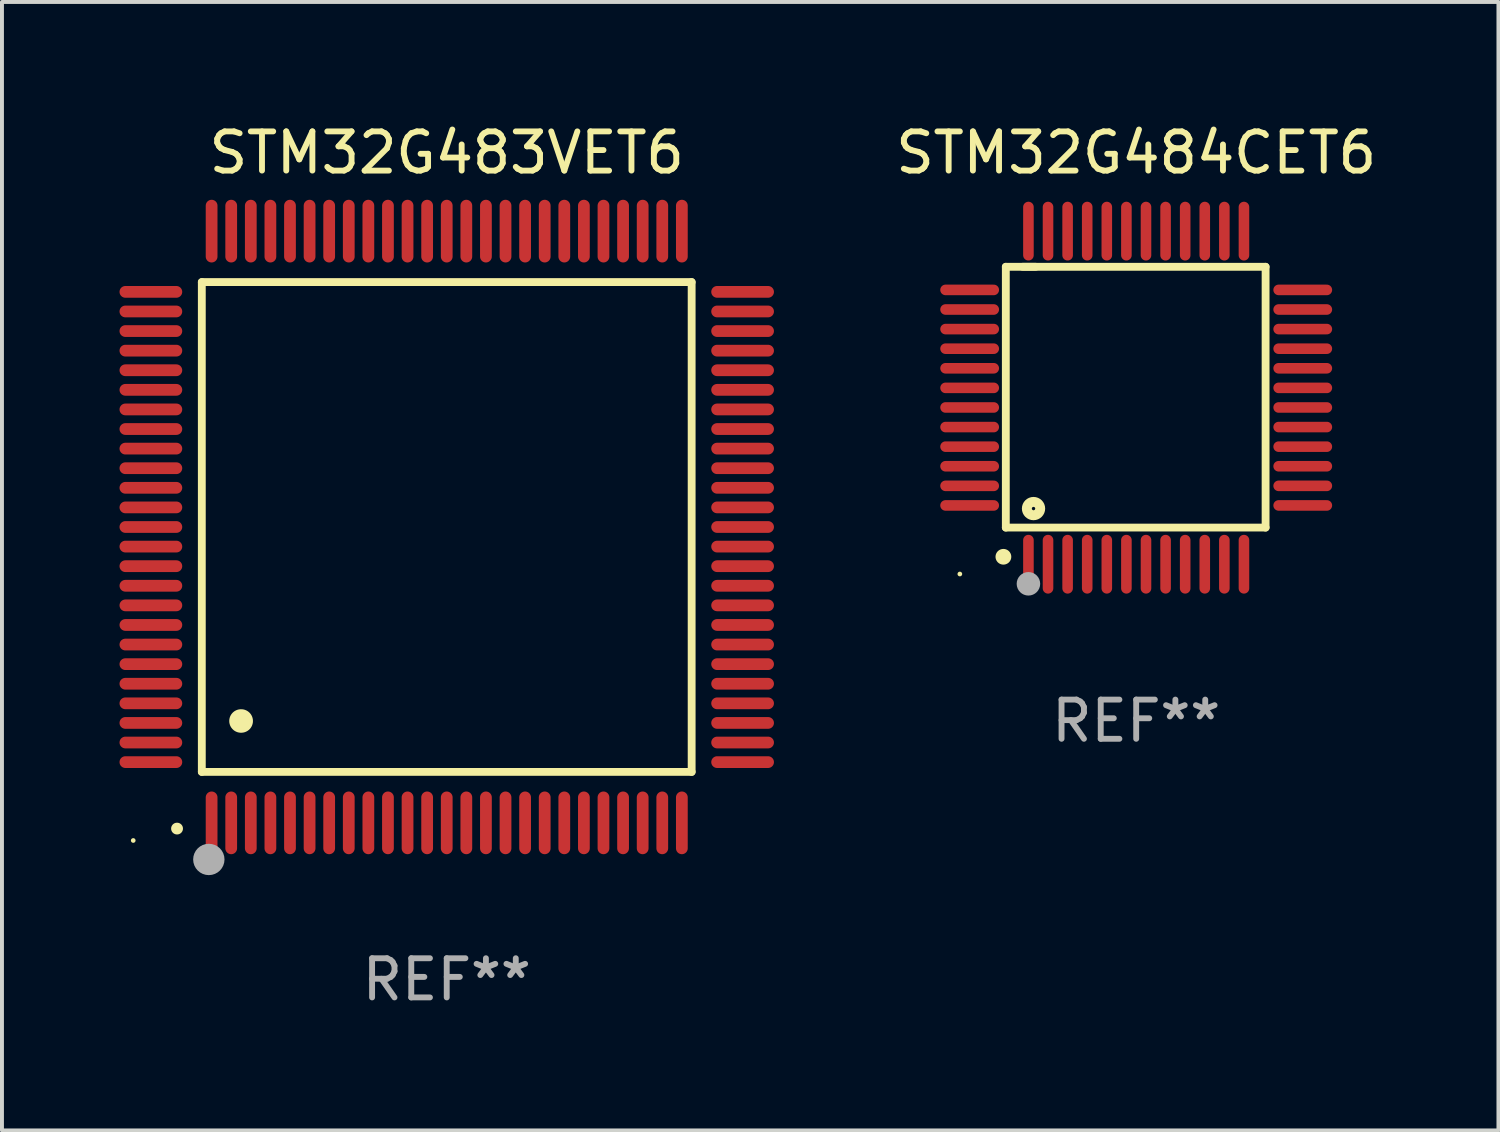
<source format=kicad_pcb>
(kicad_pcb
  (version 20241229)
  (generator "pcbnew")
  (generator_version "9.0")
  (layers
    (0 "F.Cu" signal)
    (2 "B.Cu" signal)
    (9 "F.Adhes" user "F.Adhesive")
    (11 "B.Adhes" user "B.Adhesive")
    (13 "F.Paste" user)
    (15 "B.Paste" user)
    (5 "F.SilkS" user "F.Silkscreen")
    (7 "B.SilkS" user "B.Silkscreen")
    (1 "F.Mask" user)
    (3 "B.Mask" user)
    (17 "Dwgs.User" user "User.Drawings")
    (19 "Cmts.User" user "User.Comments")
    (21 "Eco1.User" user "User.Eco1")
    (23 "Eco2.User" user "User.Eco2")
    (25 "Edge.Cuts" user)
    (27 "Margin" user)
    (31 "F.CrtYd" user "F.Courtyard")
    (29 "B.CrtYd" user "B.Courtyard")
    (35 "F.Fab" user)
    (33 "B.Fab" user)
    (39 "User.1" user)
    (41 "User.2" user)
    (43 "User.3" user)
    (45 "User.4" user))
  (footprint "STM32G484CET6"
    (layer "F.Cu")
    (at 25.944 7.098)
    (property "Reference" "STM32G484CET6" (at 0 -6.25 0) (layer "F.SilkS") (effects (font (size 1 1) (thickness 0.15))))
    (attr through_hole)
    (fp_line (start -3.327 -3.34) (end -2.565 -3.34) (stroke (width 0.2) (type solid)) (layer "F.SilkS"))
    (fp_line (start -3.327 3.315) (end -3.327 -3.34) (stroke (width 0.2) (type solid)) (layer "F.SilkS"))
    (fp_line (start -2.896 -3.34) (end 3.302 -3.34) (stroke (width 0.2) (type solid)) (layer "F.SilkS"))
    (fp_line (start 3.302 -3.34) (end 3.302 3.315) (stroke (width 0.2) (type solid)) (layer "F.SilkS"))
    (fp_line (start 3.302 3.315) (end -3.327 3.315) (stroke (width 0.2) (type solid)) (layer "F.SilkS"))
    (fp_arc (start -3.389992 4.059995) (mid -3.388722 4.059991) (end -3.387452 4.059995) (stroke (width 0.4) (type solid)) (layer "F.SilkS"))
    (fp_circle (center -4.5 4.5) (end -4.47 4.5) (stroke (width 0.06) (type solid)) (fill no) (layer "F.SilkS"))
    (fp_circle (center -2.62 2.83) (end -2.45 2.83) (stroke (width 0.254) (type solid)) (fill no) (layer "F.SilkS"))
    (fp_circle (center -2.75 4.75) (end -2.6 4.75) (stroke (width 0.3) (type solid)) (fill no) (layer "F.Fab"))
    (fp_text user "REF**" (at 0 8.25 0) (layer "F.Fab") (effects (font (size 1 1) (thickness 0.15))))
    (pad "1" smd oval (at -2.75 4.25) (size 0.27 1.5) (layers "F.Cu" "F.Mask" "F.Paste"))
    (pad "2" smd oval (at -2.25 4.25) (size 0.27 1.5) (layers "F.Cu" "F.Mask" "F.Paste"))
    (pad "3" smd oval (at -1.75 4.25) (size 0.27 1.5) (layers "F.Cu" "F.Mask" "F.Paste"))
    (pad "4" smd oval (at -1.25 4.25) (size 0.27 1.5) (layers "F.Cu" "F.Mask" "F.Paste"))
    (pad "5" smd oval (at -0.75 4.25) (size 0.27 1.5) (layers "F.Cu" "F.Mask" "F.Paste"))
    (pad "6" smd oval (at -0.25 4.25) (size 0.27 1.5) (layers "F.Cu" "F.Mask" "F.Paste"))
    (pad "7" smd oval (at 0.25 4.25) (size 0.27 1.5) (layers "F.Cu" "F.Mask" "F.Paste"))
    (pad "8" smd oval (at 0.75 4.25) (size 0.27 1.5) (layers "F.Cu" "F.Mask" "F.Paste"))
    (pad "9" smd oval (at 1.25 4.25) (size 0.27 1.5) (layers "F.Cu" "F.Mask" "F.Paste"))
    (pad "10" smd oval (at 1.75 4.25) (size 0.27 1.5) (layers "F.Cu" "F.Mask" "F.Paste"))
    (pad "11" smd oval (at 2.25 4.25) (size 0.27 1.5) (layers "F.Cu" "F.Mask" "F.Paste"))
    (pad "12" smd oval (at 2.75 4.25) (size 0.27 1.5) (layers "F.Cu" "F.Mask" "F.Paste"))
    (pad "13" smd oval (at 4.25 2.75) (size 1.5 0.27) (layers "F.Cu" "F.Mask" "F.Paste"))
    (pad "14" smd oval (at 4.25 2.25) (size 1.5 0.27) (layers "F.Cu" "F.Mask" "F.Paste"))
    (pad "15" smd oval (at 4.25 1.75) (size 1.5 0.27) (layers "F.Cu" "F.Mask" "F.Paste"))
    (pad "16" smd oval (at 4.25 1.25) (size 1.5 0.27) (layers "F.Cu" "F.Mask" "F.Paste"))
    (pad "17" smd oval (at 4.25 0.75) (size 1.5 0.27) (layers "F.Cu" "F.Mask" "F.Paste"))
    (pad "18" smd oval (at 4.25 0.25) (size 1.5 0.27) (layers "F.Cu" "F.Mask" "F.Paste"))
    (pad "19" smd oval (at 4.25 -0.25) (size 1.5 0.27) (layers "F.Cu" "F.Mask" "F.Paste"))
    (pad "20" smd oval (at 4.25 -0.75) (size 1.5 0.27) (layers "F.Cu" "F.Mask" "F.Paste"))
    (pad "21" smd oval (at 4.25 -1.25) (size 1.5 0.27) (layers "F.Cu" "F.Mask" "F.Paste"))
    (pad "22" smd oval (at 4.25 -1.75) (size 1.5 0.27) (layers "F.Cu" "F.Mask" "F.Paste"))
    (pad "23" smd oval (at 4.25 -2.25) (size 1.5 0.27) (layers "F.Cu" "F.Mask" "F.Paste"))
    (pad "24" smd oval (at 4.25 -2.75) (size 1.5 0.27) (layers "F.Cu" "F.Mask" "F.Paste"))
    (pad "25" smd oval (at 2.75 -4.25) (size 0.27 1.5) (layers "F.Cu" "F.Mask" "F.Paste"))
    (pad "26" smd oval (at 2.25 -4.25) (size 0.27 1.5) (layers "F.Cu" "F.Mask" "F.Paste"))
    (pad "27" smd oval (at 1.75 -4.25) (size 0.27 1.5) (layers "F.Cu" "F.Mask" "F.Paste"))
    (pad "28" smd oval (at 1.25 -4.25) (size 0.27 1.5) (layers "F.Cu" "F.Mask" "F.Paste"))
    (pad "29" smd oval (at 0.75 -4.25) (size 0.27 1.5) (layers "F.Cu" "F.Mask" "F.Paste"))
    (pad "30" smd oval (at 0.25 -4.25) (size 0.27 1.5) (layers "F.Cu" "F.Mask" "F.Paste"))
    (pad "31" smd oval (at -0.25 -4.25) (size 0.27 1.5) (layers "F.Cu" "F.Mask" "F.Paste"))
    (pad "32" smd oval (at -0.75 -4.25) (size 0.27 1.5) (layers "F.Cu" "F.Mask" "F.Paste"))
    (pad "33" smd oval (at -1.25 -4.25) (size 0.27 1.5) (layers "F.Cu" "F.Mask" "F.Paste"))
    (pad "34" smd oval (at -1.75 -4.25) (size 0.27 1.5) (layers "F.Cu" "F.Mask" "F.Paste"))
    (pad "35" smd oval (at -2.25 -4.25) (size 0.27 1.5) (layers "F.Cu" "F.Mask" "F.Paste"))
    (pad "36" smd oval (at -2.75 -4.25) (size 0.27 1.5) (layers "F.Cu" "F.Mask" "F.Paste"))
    (pad "37" smd oval (at -4.25 -2.75) (size 1.5 0.27) (layers "F.Cu" "F.Mask" "F.Paste"))
    (pad "38" smd oval (at -4.25 -2.25) (size 1.5 0.27) (layers "F.Cu" "F.Mask" "F.Paste"))
    (pad "39" smd oval (at -4.25 -1.75) (size 1.5 0.27) (layers "F.Cu" "F.Mask" "F.Paste"))
    (pad "40" smd oval (at -4.25 -1.25) (size 1.5 0.27) (layers "F.Cu" "F.Mask" "F.Paste"))
    (pad "41" smd oval (at -4.25 -0.75) (size 1.5 0.27) (layers "F.Cu" "F.Mask" "F.Paste"))
    (pad "42" smd oval (at -4.25 -0.25) (size 1.5 0.27) (layers "F.Cu" "F.Mask" "F.Paste"))
    (pad "43" smd oval (at -4.25 0.25) (size 1.5 0.27) (layers "F.Cu" "F.Mask" "F.Paste"))
    (pad "44" smd oval (at -4.25 0.75) (size 1.5 0.27) (layers "F.Cu" "F.Mask" "F.Paste"))
    (pad "45" smd oval (at -4.25 1.25) (size 1.5 0.27) (layers "F.Cu" "F.Mask" "F.Paste"))
    (pad "46" smd oval (at -4.25 1.75) (size 1.5 0.27) (layers "F.Cu" "F.Mask" "F.Paste"))
    (pad "47" smd oval (at -4.25 2.25) (size 1.5 0.27) (layers "F.Cu" "F.Mask" "F.Paste"))
    (pad "48" smd oval (at -4.25 2.75) (size 1.5 0.27) (layers "F.Cu" "F.Mask" "F.Paste")))
  (footprint "STM32G483VET6"
    (layer "F.Cu")
    (at 8.35 10.398)
    (property "Reference" "STM32G483VET6" (at 0 -9.55 0) (layer "F.SilkS") (effects (font (size 1 1) (thickness 0.15))))
    (attr through_hole)
    (fp_line (start -6.25 -6.25) (end -6.25 6.25) (stroke (width 0.2) (type solid)) (layer "F.SilkS"))
    (fp_line (start -6.25 6.25) (end 6.25 6.25) (stroke (width 0.2) (type solid)) (layer "F.SilkS"))
    (fp_line (start 6.25 -6.25) (end -6.25 -6.25) (stroke (width 0.2) (type solid)) (layer "F.SilkS"))
    (fp_line (start 6.25 6.25) (end 6.25 -6.25) (stroke (width 0.2) (type solid)) (layer "F.SilkS"))
    (fp_arc (start -6.883414 7.696215) (mid -6.882144 7.69621) (end -6.880874 7.696215) (stroke (width 0.3) (type solid)) (layer "F.SilkS"))
    (fp_arc (start -5.250191 4.95047) (mid -5.247651 4.950459) (end -5.245111 4.95047) (stroke (width 0.6) (type solid)) (layer "F.SilkS"))
    (fp_circle (center -8 8) (end -7.97 8) (stroke (width 0.06) (type solid)) (fill no) (layer "F.SilkS"))
    (fp_circle (center -6.071 8.484) (end -5.871 8.484) (stroke (width 0.4) (type solid)) (fill no) (layer "F.Fab"))
    (fp_text user "REF**" (at 0 11.55 0) (layer "F.Fab") (effects (font (size 1 1) (thickness 0.15))))
    (pad "1" smd oval (at -6 7.55) (size 0.3 1.6) (layers "F.Cu" "F.Mask" "F.Paste"))
    (pad "2" smd oval (at -5.5 7.55) (size 0.3 1.6) (layers "F.Cu" "F.Mask" "F.Paste"))
    (pad "3" smd oval (at -5 7.55) (size 0.3 1.6) (layers "F.Cu" "F.Mask" "F.Paste"))
    (pad "4" smd oval (at -4.5 7.55) (size 0.3 1.6) (layers "F.Cu" "F.Mask" "F.Paste"))
    (pad "5" smd oval (at -4 7.55) (size 0.3 1.6) (layers "F.Cu" "F.Mask" "F.Paste"))
    (pad "6" smd oval (at -3.5 7.55) (size 0.3 1.6) (layers "F.Cu" "F.Mask" "F.Paste"))
    (pad "7" smd oval (at -3 7.55) (size 0.3 1.6) (layers "F.Cu" "F.Mask" "F.Paste"))
    (pad "8" smd oval (at -2.5 7.55) (size 0.3 1.6) (layers "F.Cu" "F.Mask" "F.Paste"))
    (pad "9" smd oval (at -2 7.55) (size 0.3 1.6) (layers "F.Cu" "F.Mask" "F.Paste"))
    (pad "10" smd oval (at -1.5 7.55) (size 0.3 1.6) (layers "F.Cu" "F.Mask" "F.Paste"))
    (pad "11" smd oval (at -1 7.55) (size 0.3 1.6) (layers "F.Cu" "F.Mask" "F.Paste"))
    (pad "12" smd oval (at -0.5 7.55) (size 0.3 1.6) (layers "F.Cu" "F.Mask" "F.Paste"))
    (pad "13" smd oval (at 0 7.55) (size 0.3 1.6) (layers "F.Cu" "F.Mask" "F.Paste"))
    (pad "14" smd oval (at 0.5 7.55) (size 0.3 1.6) (layers "F.Cu" "F.Mask" "F.Paste"))
    (pad "15" smd oval (at 1 7.55) (size 0.3 1.6) (layers "F.Cu" "F.Mask" "F.Paste"))
    (pad "16" smd oval (at 1.5 7.55) (size 0.3 1.6) (layers "F.Cu" "F.Mask" "F.Paste"))
    (pad "17" smd oval (at 2 7.55) (size 0.3 1.6) (layers "F.Cu" "F.Mask" "F.Paste"))
    (pad "18" smd oval (at 2.5 7.55) (size 0.3 1.6) (layers "F.Cu" "F.Mask" "F.Paste"))
    (pad "19" smd oval (at 3 7.55) (size 0.3 1.6) (layers "F.Cu" "F.Mask" "F.Paste"))
    (pad "20" smd oval (at 3.5 7.55) (size 0.3 1.6) (layers "F.Cu" "F.Mask" "F.Paste"))
    (pad "21" smd oval (at 4 7.55) (size 0.3 1.6) (layers "F.Cu" "F.Mask" "F.Paste"))
    (pad "22" smd oval (at 4.5 7.55) (size 0.3 1.6) (layers "F.Cu" "F.Mask" "F.Paste"))
    (pad "23" smd oval (at 5 7.55) (size 0.3 1.6) (layers "F.Cu" "F.Mask" "F.Paste"))
    (pad "24" smd oval (at 5.5 7.55) (size 0.3 1.6) (layers "F.Cu" "F.Mask" "F.Paste"))
    (pad "25" smd oval (at 6 7.55) (size 0.3 1.6) (layers "F.Cu" "F.Mask" "F.Paste"))
    (pad "26" smd oval (at 7.55 6) (size 1.6 0.3) (layers "F.Cu" "F.Mask" "F.Paste"))
    (pad "27" smd oval (at 7.55 5.5) (size 1.6 0.3) (layers "F.Cu" "F.Mask" "F.Paste"))
    (pad "28" smd oval (at 7.55 5) (size 1.6 0.3) (layers "F.Cu" "F.Mask" "F.Paste"))
    (pad "29" smd oval (at 7.55 4.5) (size 1.6 0.3) (layers "F.Cu" "F.Mask" "F.Paste"))
    (pad "30" smd oval (at 7.55 4) (size 1.6 0.3) (layers "F.Cu" "F.Mask" "F.Paste"))
    (pad "31" smd oval (at 7.55 3.5) (size 1.6 0.3) (layers "F.Cu" "F.Mask" "F.Paste"))
    (pad "32" smd oval (at 7.55 3) (size 1.6 0.3) (layers "F.Cu" "F.Mask" "F.Paste"))
    (pad "33" smd oval (at 7.55 2.5) (size 1.6 0.3) (layers "F.Cu" "F.Mask" "F.Paste"))
    (pad "34" smd oval (at 7.55 2) (size 1.6 0.3) (layers "F.Cu" "F.Mask" "F.Paste"))
    (pad "35" smd oval (at 7.55 1.5) (size 1.6 0.3) (layers "F.Cu" "F.Mask" "F.Paste"))
    (pad "36" smd oval (at 7.55 1) (size 1.6 0.3) (layers "F.Cu" "F.Mask" "F.Paste"))
    (pad "37" smd oval (at 7.55 0.5) (size 1.6 0.3) (layers "F.Cu" "F.Mask" "F.Paste"))
    (pad "38" smd oval (at 7.55 0) (size 1.6 0.3) (layers "F.Cu" "F.Mask" "F.Paste"))
    (pad "39" smd oval (at 7.55 -0.5) (size 1.6 0.3) (layers "F.Cu" "F.Mask" "F.Paste"))
    (pad "40" smd oval (at 7.55 -1) (size 1.6 0.3) (layers "F.Cu" "F.Mask" "F.Paste"))
    (pad "41" smd oval (at 7.55 -1.5) (size 1.6 0.3) (layers "F.Cu" "F.Mask" "F.Paste"))
    (pad "42" smd oval (at 7.55 -2) (size 1.6 0.3) (layers "F.Cu" "F.Mask" "F.Paste"))
    (pad "43" smd oval (at 7.55 -2.5) (size 1.6 0.3) (layers "F.Cu" "F.Mask" "F.Paste"))
    (pad "44" smd oval (at 7.55 -3) (size 1.6 0.3) (layers "F.Cu" "F.Mask" "F.Paste"))
    (pad "45" smd oval (at 7.55 -3.5) (size 1.6 0.3) (layers "F.Cu" "F.Mask" "F.Paste"))
    (pad "46" smd oval (at 7.55 -4) (size 1.6 0.3) (layers "F.Cu" "F.Mask" "F.Paste"))
    (pad "47" smd oval (at 7.55 -4.5) (size 1.6 0.3) (layers "F.Cu" "F.Mask" "F.Paste"))
    (pad "48" smd oval (at 7.55 -5) (size 1.6 0.3) (layers "F.Cu" "F.Mask" "F.Paste"))
    (pad "49" smd oval (at 7.55 -5.5) (size 1.6 0.3) (layers "F.Cu" "F.Mask" "F.Paste"))
    (pad "50" smd oval (at 7.55 -6) (size 1.6 0.3) (layers "F.Cu" "F.Mask" "F.Paste"))
    (pad "51" smd oval (at 6 -7.55) (size 0.3 1.6) (layers "F.Cu" "F.Mask" "F.Paste"))
    (pad "52" smd oval (at 5.5 -7.55) (size 0.3 1.6) (layers "F.Cu" "F.Mask" "F.Paste"))
    (pad "53" smd oval (at 5 -7.55) (size 0.3 1.6) (layers "F.Cu" "F.Mask" "F.Paste"))
    (pad "54" smd oval (at 4.5 -7.55) (size 0.3 1.6) (layers "F.Cu" "F.Mask" "F.Paste"))
    (pad "55" smd oval (at 4 -7.55) (size 0.3 1.6) (layers "F.Cu" "F.Mask" "F.Paste"))
    (pad "56" smd oval (at 3.5 -7.55) (size 0.3 1.6) (layers "F.Cu" "F.Mask" "F.Paste"))
    (pad "57" smd oval (at 3 -7.55) (size 0.3 1.6) (layers "F.Cu" "F.Mask" "F.Paste"))
    (pad "58" smd oval (at 2.5 -7.55) (size 0.3 1.6) (layers "F.Cu" "F.Mask" "F.Paste"))
    (pad "59" smd oval (at 2 -7.55) (size 0.3 1.6) (layers "F.Cu" "F.Mask" "F.Paste"))
    (pad "60" smd oval (at 1.5 -7.55) (size 0.3 1.6) (layers "F.Cu" "F.Mask" "F.Paste"))
    (pad "61" smd oval (at 1 -7.55) (size 0.3 1.6) (layers "F.Cu" "F.Mask" "F.Paste"))
    (pad "62" smd oval (at 0.5 -7.55) (size 0.3 1.6) (layers "F.Cu" "F.Mask" "F.Paste"))
    (pad "63" smd oval (at 0 -7.55) (size 0.3 1.6) (layers "F.Cu" "F.Mask" "F.Paste"))
    (pad "64" smd oval (at -0.5 -7.55) (size 0.3 1.6) (layers "F.Cu" "F.Mask" "F.Paste"))
    (pad "65" smd oval (at -1 -7.55) (size 0.3 1.6) (layers "F.Cu" "F.Mask" "F.Paste"))
    (pad "66" smd oval (at -1.5 -7.55) (size 0.3 1.6) (layers "F.Cu" "F.Mask" "F.Paste"))
    (pad "67" smd oval (at -2 -7.55) (size 0.3 1.6) (layers "F.Cu" "F.Mask" "F.Paste"))
    (pad "68" smd oval (at -2.5 -7.55) (size 0.3 1.6) (layers "F.Cu" "F.Mask" "F.Paste"))
    (pad "69" smd oval (at -3 -7.55) (size 0.3 1.6) (layers "F.Cu" "F.Mask" "F.Paste"))
    (pad "70" smd oval (at -3.5 -7.55) (size 0.3 1.6) (layers "F.Cu" "F.Mask" "F.Paste"))
    (pad "71" smd oval (at -4 -7.55) (size 0.3 1.6) (layers "F.Cu" "F.Mask" "F.Paste"))
    (pad "72" smd oval (at -4.5 -7.55) (size 0.3 1.6) (layers "F.Cu" "F.Mask" "F.Paste"))
    (pad "73" smd oval (at -5 -7.55) (size 0.3 1.6) (layers "F.Cu" "F.Mask" "F.Paste"))
    (pad "74" smd oval (at -5.5 -7.55) (size 0.3 1.6) (layers "F.Cu" "F.Mask" "F.Paste"))
    (pad "75" smd oval (at -6 -7.55) (size 0.3 1.6) (layers "F.Cu" "F.Mask" "F.Paste"))
    (pad "76" smd oval (at -7.55 -6) (size 1.6 0.3) (layers "F.Cu" "F.Mask" "F.Paste"))
    (pad "77" smd oval (at -7.55 -5.5) (size 1.6 0.3) (layers "F.Cu" "F.Mask" "F.Paste"))
    (pad "78" smd oval (at -7.55 -5) (size 1.6 0.3) (layers "F.Cu" "F.Mask" "F.Paste"))
    (pad "79" smd oval (at -7.55 -4.5) (size 1.6 0.3) (layers "F.Cu" "F.Mask" "F.Paste"))
    (pad "80" smd oval (at -7.55 -4) (size 1.6 0.3) (layers "F.Cu" "F.Mask" "F.Paste"))
    (pad "81" smd oval (at -7.55 -3.5) (size 1.6 0.3) (layers "F.Cu" "F.Mask" "F.Paste"))
    (pad "82" smd oval (at -7.55 -3) (size 1.6 0.3) (layers "F.Cu" "F.Mask" "F.Paste"))
    (pad "83" smd oval (at -7.55 -2.5) (size 1.6 0.3) (layers "F.Cu" "F.Mask" "F.Paste"))
    (pad "84" smd oval (at -7.55 -2) (size 1.6 0.3) (layers "F.Cu" "F.Mask" "F.Paste"))
    (pad "85" smd oval (at -7.55 -1.5) (size 1.6 0.3) (layers "F.Cu" "F.Mask" "F.Paste"))
    (pad "86" smd oval (at -7.55 -1) (size 1.6 0.3) (layers "F.Cu" "F.Mask" "F.Paste"))
    (pad "87" smd oval (at -7.55 -0.5) (size 1.6 0.3) (layers "F.Cu" "F.Mask" "F.Paste"))
    (pad "88" smd oval (at -7.55 0) (size 1.6 0.3) (layers "F.Cu" "F.Mask" "F.Paste"))
    (pad "89" smd oval (at -7.55 0.5) (size 1.6 0.3) (layers "F.Cu" "F.Mask" "F.Paste"))
    (pad "90" smd oval (at -7.55 1) (size 1.6 0.3) (layers "F.Cu" "F.Mask" "F.Paste"))
    (pad "91" smd oval (at -7.55 1.5) (size 1.6 0.3) (layers "F.Cu" "F.Mask" "F.Paste"))
    (pad "92" smd oval (at -7.55 2) (size 1.6 0.3) (layers "F.Cu" "F.Mask" "F.Paste"))
    (pad "93" smd oval (at -7.55 2.5) (size 1.6 0.3) (layers "F.Cu" "F.Mask" "F.Paste"))
    (pad "94" smd oval (at -7.55 3) (size 1.6 0.3) (layers "F.Cu" "F.Mask" "F.Paste"))
    (pad "95" smd oval (at -7.55 3.5) (size 1.6 0.3) (layers "F.Cu" "F.Mask" "F.Paste"))
    (pad "96" smd oval (at -7.55 4) (size 1.6 0.3) (layers "F.Cu" "F.Mask" "F.Paste"))
    (pad "97" smd oval (at -7.55 4.5) (size 1.6 0.3) (layers "F.Cu" "F.Mask" "F.Paste"))
    (pad "98" smd oval (at -7.55 5) (size 1.6 0.3) (layers "F.Cu" "F.Mask" "F.Paste"))
    (pad "99" smd oval (at -7.55 5.5) (size 1.6 0.3) (layers "F.Cu" "F.Mask" "F.Paste"))
    (pad "100" smd oval (at -7.55 6) (size 1.6 0.3) (layers "F.Cu" "F.Mask" "F.Paste")))
  (gr_rect
    (start -3 -3)
    (end 35.188 25.796)
    (stroke (width 0.1) (type default))
    (fill no)
    (layer "Edge.Cuts")))
</source>
